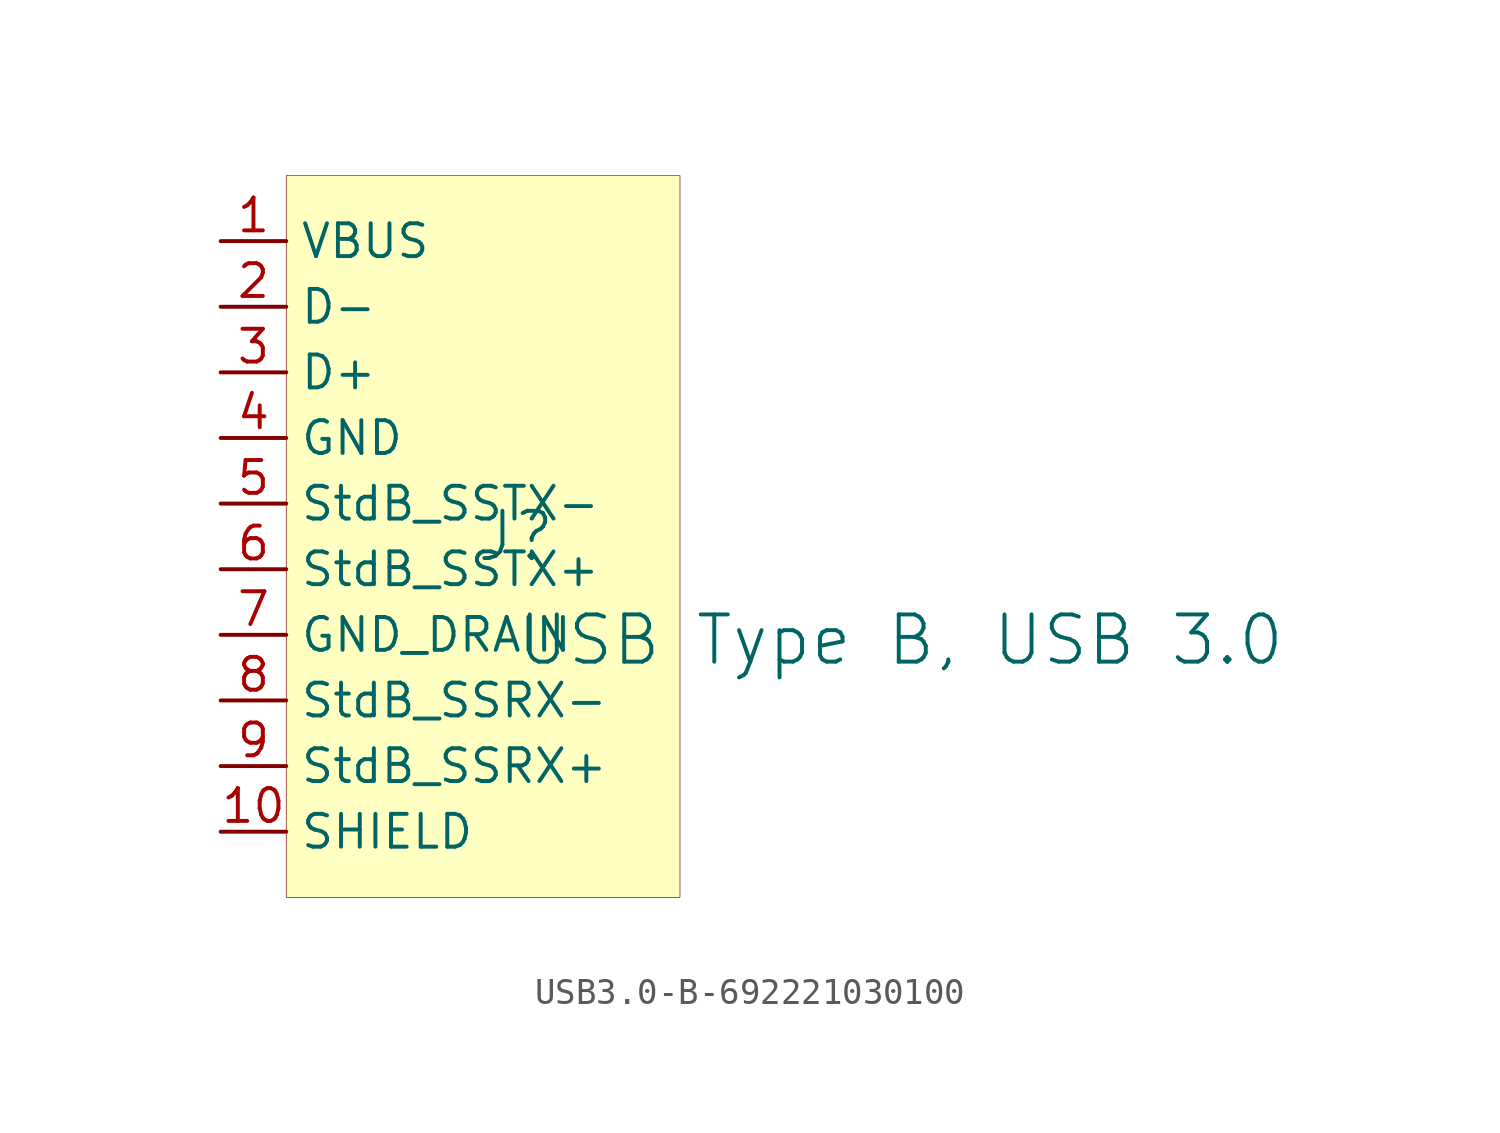
<source format=kicad_sym>
(kicad_symbol_lib
  (version 20241209)
  (generator "kicad_symbol_editor")
  (generator_version "9.0")
  (symbol "USB3.0-B-692221030100"
    (property "Reference" "J"
      (at -1.27 1.27 0)
      (effects (font (size 1.829 1.829))))
    (property "Value" "USB Type B, USB 3.0"
      (at -1.27 -3.81 0)
      (effects (font (size 1.829 1.829)) (justify left bottom)))
    (symbol "USB3.0-B-692221030100_1_0"
      (rectangle (start 5.08 15.24) (end -10.16 -12.7) (stroke (width 0.025) (type solid) (color 128 0 0 1)) (fill (type background)))
      (pin passive line (at -12.7 12.7 0) (length 2.54) (name "VBUS" (effects (font (size 1.27 1.27)))) (number "1" (effects (font (size 1.27 1.27)))))
      (pin passive line (at -12.7 10.16 0) (length 2.54) (name "D-" (effects (font (size 1.27 1.27)))) (number "2" (effects (font (size 1.27 1.27)))))
      (pin passive line (at -12.7 7.62 0) (length 2.54) (name "D+" (effects (font (size 1.27 1.27)))) (number "3" (effects (font (size 1.27 1.27)))))
      (pin passive line (at -12.7 5.08 0) (length 2.54) (name "GND" (effects (font (size 1.27 1.27)))) (number "4" (effects (font (size 1.27 1.27)))))
      (pin passive line (at -12.7 2.54 0) (length 2.54) (name "StdB_SSTX-" (effects (font (size 1.27 1.27)))) (number "5" (effects (font (size 1.27 1.27)))))
      (pin passive line (at -12.7 0 0) (length 2.54) (name "StdB_SSTX+" (effects (font (size 1.27 1.27)))) (number "6" (effects (font (size 1.27 1.27)))))
      (pin passive line (at -12.7 -2.54 0) (length 2.54) (name "GND_DRAIN" (effects (font (size 1.27 1.27)))) (number "7" (effects (font (size 1.27 1.27)))))
      (pin passive line (at -12.7 -5.08 0) (length 2.54) (name "StdB_SSRX-" (effects (font (size 1.27 1.27)))) (number "8" (effects (font (size 1.27 1.27)))))
      (pin passive line (at -12.7 -7.62 0) (length 2.54) (name "StdB_SSRX+" (effects (font (size 1.27 1.27)))) (number "9" (effects (font (size 1.27 1.27)))))
      (pin passive line (at -12.7 -10.16 0) (length 2.54) (name "SHIELD" (effects (font (size 1.27 1.27)))) (number "10" (effects (font (size 1.27 1.27))))))))
</source>
